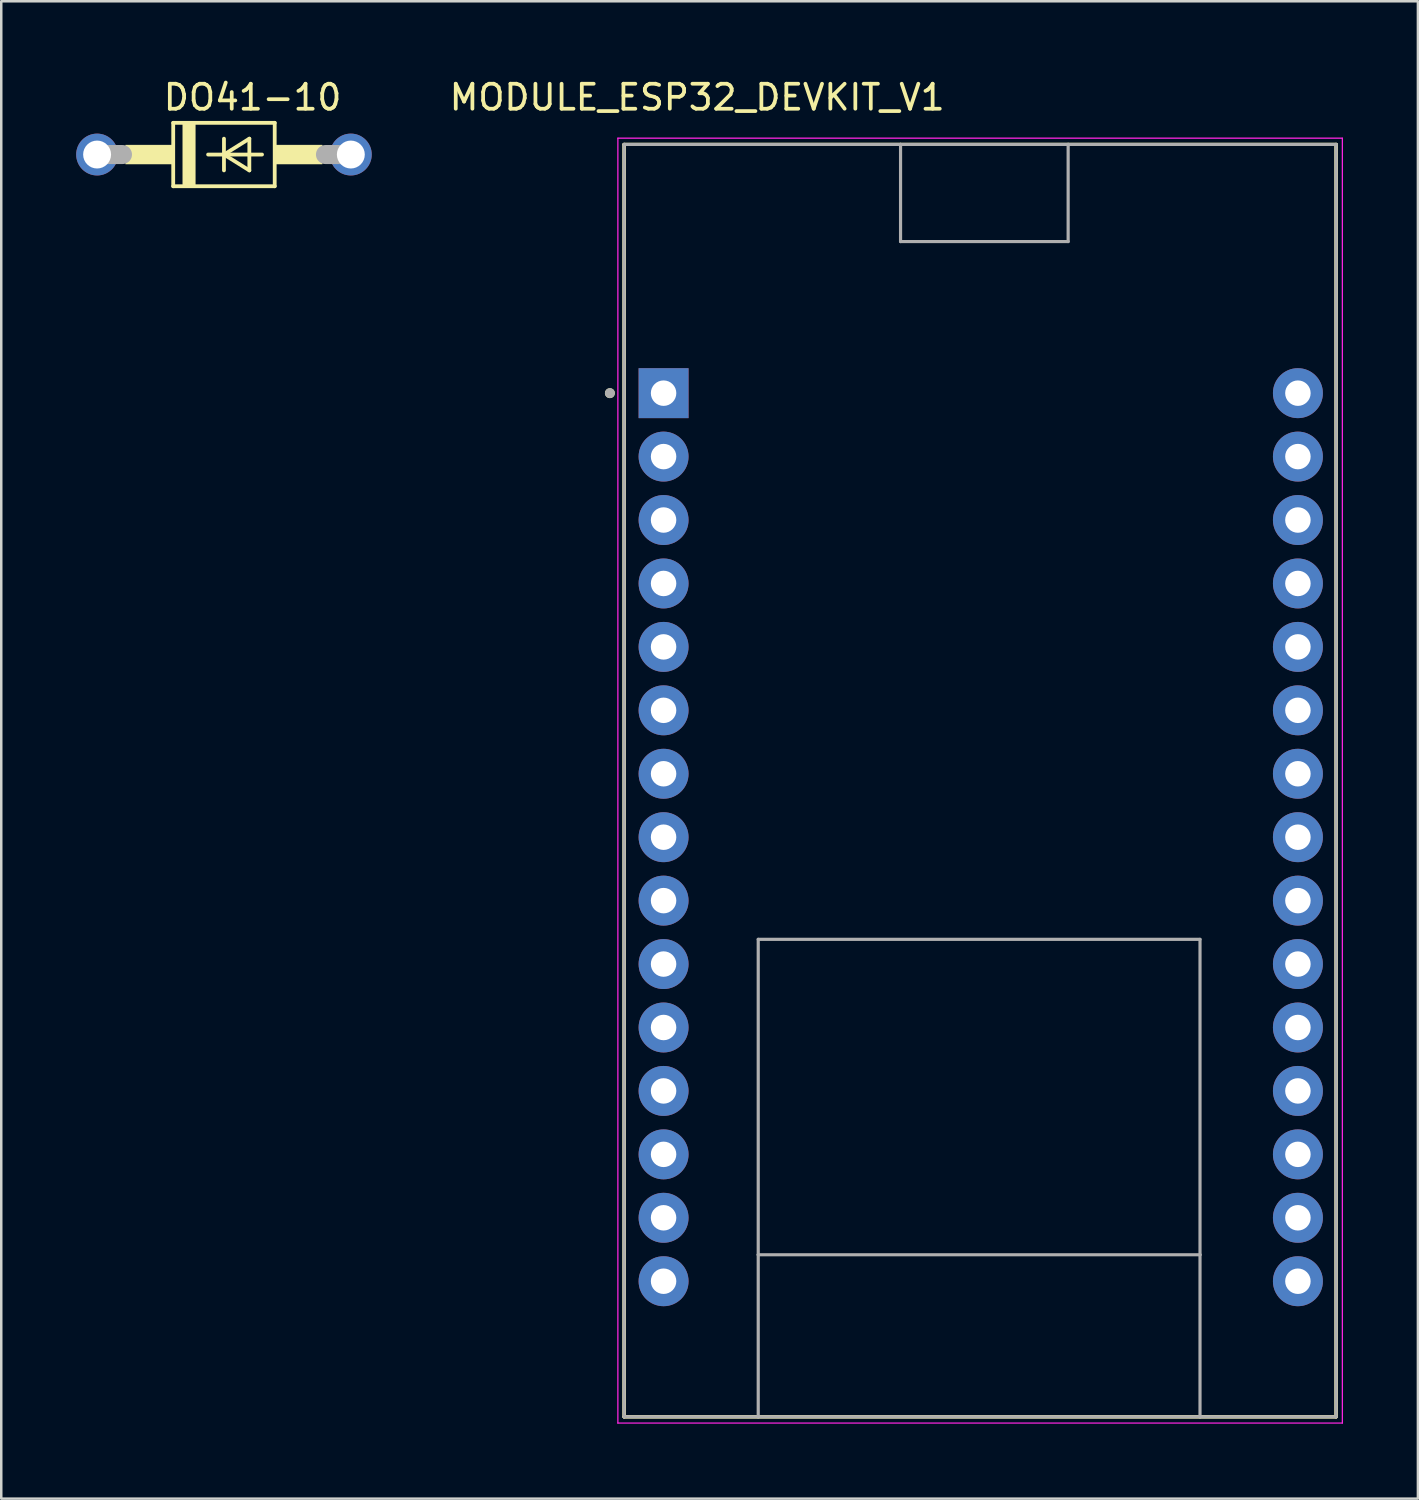
<source format=kicad_pcb>
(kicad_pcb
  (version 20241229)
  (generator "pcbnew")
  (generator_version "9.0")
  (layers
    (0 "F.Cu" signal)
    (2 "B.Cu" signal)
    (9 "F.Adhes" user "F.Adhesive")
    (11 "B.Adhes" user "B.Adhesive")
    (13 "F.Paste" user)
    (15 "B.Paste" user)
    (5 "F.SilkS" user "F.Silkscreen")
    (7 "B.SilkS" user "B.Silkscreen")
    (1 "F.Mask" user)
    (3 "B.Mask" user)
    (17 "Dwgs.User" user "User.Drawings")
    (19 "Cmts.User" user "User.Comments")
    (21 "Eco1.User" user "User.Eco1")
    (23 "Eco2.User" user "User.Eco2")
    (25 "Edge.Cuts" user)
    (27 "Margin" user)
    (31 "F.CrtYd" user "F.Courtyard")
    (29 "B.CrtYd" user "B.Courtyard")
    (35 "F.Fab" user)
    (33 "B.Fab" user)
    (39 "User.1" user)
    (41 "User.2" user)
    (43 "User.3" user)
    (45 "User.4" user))
  (footprint "MODULE_ESP32_DEVKIT_V1"
    (layer "F.Cu")
    (at 36.221 28.208)
    (property "Reference" "MODULE_ESP32_DEVKIT_V1" (at -11.355 -27.36 0) (layer "F.SilkS") (effects (font (size 1 1) (thickness 0.15))))
    (attr through_hole)
    (fp_line (start -14.28 -25.475) (end -3.211 -25.475) (stroke (width 0.127) (type solid)) (layer "F.SilkS"))
    (fp_line (start -14.28 -25.475) (end 14.23 -25.475) (stroke (width 0.127) (type solid)) (layer "F.SilkS"))
    (fp_line (start -14.28 25.475) (end -14.28 -25.475) (stroke (width 0.127) (type solid)) (layer "F.SilkS"))
    (fp_line (start -14.28 25.475) (end -14.28 -25.475) (stroke (width 0.127) (type solid)) (layer "F.SilkS"))
    (fp_line (start -14.28 25.475) (end -8.91 25.475) (stroke (width 0.127) (type solid)) (layer "F.SilkS"))
    (fp_line (start -8.91 25.475) (end 8.78 25.475) (stroke (width 0.127) (type solid)) (layer "F.SilkS"))
    (fp_line (start -3.211 -25.475) (end 3.5 -25.475) (stroke (width 0.127) (type solid)) (layer "F.SilkS"))
    (fp_line (start 3.5 -25.475) (end 14.23 -25.475) (stroke (width 0.127) (type solid)) (layer "F.SilkS"))
    (fp_line (start 8.78 25.475) (end 14.23 25.475) (stroke (width 0.127) (type solid)) (layer "F.SilkS"))
    (fp_line (start 14.23 -25.475) (end 14.23 25.475) (stroke (width 0.127) (type solid)) (layer "F.SilkS"))
    (fp_line (start 14.23 -25.475) (end 14.23 25.475) (stroke (width 0.127) (type solid)) (layer "F.SilkS"))
    (fp_line (start 14.23 25.475) (end -14.28 25.475) (stroke (width 0.127) (type solid)) (layer "F.SilkS"))
    (fp_circle (center -14.85 -15.515) (end -14.75 -15.515) (stroke (width 0.2) (type solid)) (fill no) (layer "F.SilkS"))
    (fp_line (start -14.53 -25.725) (end -14.53 25.725) (stroke (width 0.05) (type solid)) (layer "F.CrtYd"))
    (fp_line (start -14.53 25.725) (end 14.48 25.725) (stroke (width 0.05) (type solid)) (layer "F.CrtYd"))
    (fp_line (start 14.48 -25.725) (end -14.53 -25.725) (stroke (width 0.05) (type solid)) (layer "F.CrtYd"))
    (fp_line (start 14.48 25.725) (end 14.48 -25.725) (stroke (width 0.05) (type solid)) (layer "F.CrtYd"))
    (fp_line (start -14.28 -25.475) (end -3.211 -25.475) (stroke (width 0.127) (type solid)) (layer "F.Fab"))
    (fp_line (start -14.28 25.475) (end -14.28 -25.475) (stroke (width 0.127) (type solid)) (layer "F.Fab"))
    (fp_line (start -14.28 25.475) (end -8.91 25.475) (stroke (width 0.127) (type solid)) (layer "F.Fab"))
    (fp_line (start -8.91 6.355) (end 8.78 6.355) (stroke (width 0.127) (type solid)) (layer "F.Fab"))
    (fp_line (start -8.91 18.985) (end -8.91 6.355) (stroke (width 0.127) (type solid)) (layer "F.Fab"))
    (fp_line (start -8.91 18.985) (end 8.78 18.985) (stroke (width 0.127) (type solid)) (layer "F.Fab"))
    (fp_line (start -8.91 25.475) (end -8.91 18.985) (stroke (width 0.127) (type solid)) (layer "F.Fab"))
    (fp_line (start -8.91 25.475) (end 8.78 25.475) (stroke (width 0.127) (type solid)) (layer "F.Fab"))
    (fp_line (start -3.211 -25.475) (end 3.5 -25.475) (stroke (width 0.127) (type solid)) (layer "F.Fab"))
    (fp_line (start -3.211 -21.585) (end -3.211 -25.475) (stroke (width 0.127) (type solid)) (layer "F.Fab"))
    (fp_line (start 3.5 -25.475) (end 3.5 -21.585) (stroke (width 0.127) (type solid)) (layer "F.Fab"))
    (fp_line (start 3.5 -25.475) (end 14.23 -25.475) (stroke (width 0.127) (type solid)) (layer "F.Fab"))
    (fp_line (start 3.5 -21.585) (end -3.211 -21.585) (stroke (width 0.127) (type solid)) (layer "F.Fab"))
    (fp_line (start 8.78 6.355) (end 8.78 18.985) (stroke (width 0.127) (type solid)) (layer "F.Fab"))
    (fp_line (start 8.78 18.985) (end 8.78 25.475) (stroke (width 0.127) (type solid)) (layer "F.Fab"))
    (fp_line (start 8.78 25.475) (end 14.23 25.475) (stroke (width 0.127) (type solid)) (layer "F.Fab"))
    (fp_line (start 14.23 -25.475) (end 14.23 25.475) (stroke (width 0.127) (type solid)) (layer "F.Fab"))
    (fp_circle (center -14.85 -15.515) (end -14.75 -15.515) (stroke (width 0.2) (type solid)) (fill no) (layer "F.Fab"))
    (pad "1" thru_hole rect (at -12.7 -15.515) (size 2 2) (drill 1.02) (layers "*.Cu" "*.Mask"))
    (pad "2" thru_hole circle (at -12.7 -12.975) (size 2 2) (drill 1.02) (layers "*.Cu" "*.Mask"))
    (pad "3" thru_hole circle (at -12.7 -10.435) (size 2 2) (drill 1.02) (layers "*.Cu" "*.Mask"))
    (pad "4" thru_hole circle (at -12.7 -7.895) (size 2 2) (drill 1.02) (layers "*.Cu" "*.Mask"))
    (pad "5" thru_hole circle (at -12.7 -5.355) (size 2 2) (drill 1.02) (layers "*.Cu" "*.Mask"))
    (pad "6" thru_hole circle (at -12.7 -2.815) (size 2 2) (drill 1.02) (layers "*.Cu" "*.Mask"))
    (pad "7" thru_hole circle (at -12.7 -0.275) (size 2 2) (drill 1.02) (layers "*.Cu" "*.Mask"))
    (pad "8" thru_hole circle (at -12.7 2.265) (size 2 2) (drill 1.02) (layers "*.Cu" "*.Mask"))
    (pad "9" thru_hole circle (at -12.7 4.805) (size 2 2) (drill 1.02) (layers "*.Cu" "*.Mask"))
    (pad "10" thru_hole circle (at -12.7 7.345) (size 2 2) (drill 1.02) (layers "*.Cu" "*.Mask"))
    (pad "11" thru_hole circle (at -12.7 9.885) (size 2 2) (drill 1.02) (layers "*.Cu" "*.Mask"))
    (pad "12" thru_hole circle (at -12.7 12.425) (size 2 2) (drill 1.02) (layers "*.Cu" "*.Mask"))
    (pad "13" thru_hole circle (at -12.7 14.965) (size 2 2) (drill 1.02) (layers "*.Cu" "*.Mask"))
    (pad "14" thru_hole circle (at -12.7 17.505) (size 2 2) (drill 1.02) (layers "*.Cu" "*.Mask"))
    (pad "15" thru_hole circle (at -12.7 20.045) (size 2 2) (drill 1.02) (layers "*.Cu" "*.Mask"))
    (pad "16" thru_hole circle (at 12.7 20.045) (size 2 2) (drill 1.02) (layers "*.Cu" "*.Mask"))
    (pad "17" thru_hole circle (at 12.7 17.505) (size 2 2) (drill 1.02) (layers "*.Cu" "*.Mask"))
    (pad "18" thru_hole circle (at 12.7 14.965) (size 2 2) (drill 1.02) (layers "*.Cu" "*.Mask"))
    (pad "19" thru_hole circle (at 12.7 12.425) (size 2 2) (drill 1.02) (layers "*.Cu" "*.Mask"))
    (pad "20" thru_hole circle (at 12.7 9.885) (size 2 2) (drill 1.02) (layers "*.Cu" "*.Mask"))
    (pad "21" thru_hole circle (at 12.7 7.345) (size 2 2) (drill 1.02) (layers "*.Cu" "*.Mask"))
    (pad "22" thru_hole circle (at 12.7 4.805) (size 2 2) (drill 1.02) (layers "*.Cu" "*.Mask"))
    (pad "23" thru_hole circle (at 12.7 2.265) (size 2 2) (drill 1.02) (layers "*.Cu" "*.Mask"))
    (pad "24" thru_hole circle (at 12.7 -0.275) (size 2 2) (drill 1.02) (layers "*.Cu" "*.Mask"))
    (pad "25" thru_hole circle (at 12.7 -2.815) (size 2 2) (drill 1.02) (layers "*.Cu" "*.Mask"))
    (pad "26" thru_hole circle (at 12.7 -5.355) (size 2 2) (drill 1.02) (layers "*.Cu" "*.Mask"))
    (pad "27" thru_hole circle (at 12.7 -7.895) (size 2 2) (drill 1.02) (layers "*.Cu" "*.Mask"))
    (pad "28" thru_hole circle (at 12.7 -10.435) (size 2 2) (drill 1.02) (layers "*.Cu" "*.Mask"))
    (pad "29" thru_hole circle (at 12.7 -12.975) (size 2 2) (drill 1.02) (layers "*.Cu" "*.Mask"))
    (pad "30" thru_hole circle (at 12.7 -15.515) (size 2 2) (drill 1.02) (layers "*.Cu" "*.Mask"))
    (zone (net_name "") (layer "F.Cu") (hatch full 0.508) (connect_pads) (min_thickness 0.01) (filled_areas_thickness no) (keepout (tracks not_allowed) (vias not_allowed) (pads not_allowed) (copperpour not_allowed) (footprints allowed)) (placement (enabled no)) (fill) (polygon (pts (xy 27.311 47.193) (xy 45.001 47.193) (xy 45.001 53.683) (xy 27.311 53.683))))
    (zone (net_name "") (layers "F.Cu" "B.Cu") (hatch full 0.508) (connect_pads) (min_thickness 0.01) (filled_areas_thickness no) (keepout (tracks allowed) (vias not_allowed) (pads allowed) (copperpour allowed) (footprints allowed)) (placement (enabled no)) (fill) (polygon (pts (xy 27.311 47.193) (xy 45.001 47.193) (xy 45.001 53.683) (xy 27.311 53.683))))
    (zone (net_name "") (layer "B.Cu") (hatch full 0.508) (connect_pads) (min_thickness 0.01) (filled_areas_thickness no) (keepout (tracks not_allowed) (vias not_allowed) (pads not_allowed) (copperpour not_allowed) (footprints allowed)) (placement (enabled no)) (fill) (polygon (pts (xy 27.311 47.193) (xy 45.001 47.193) (xy 45.001 53.683) (xy 27.311 53.683)))))
  (footprint "DO41-10"
    (layer "F.Cu")
    (at 5.918 3.138)
    (property "Reference" "DO41-10" (at 1.145 -2.289 0) (layer "F.SilkS") (effects (font (size 1.001 1.001) (thickness 0.15))))
    (attr through_hole)
    (fp_line (start -2.032 -1.27) (end -2.032 1.27) (stroke (width 0.152) (type solid)) (layer "F.SilkS"))
    (fp_line (start -2.032 -1.27) (end 2.032 -1.27) (stroke (width 0.152) (type solid)) (layer "F.SilkS"))
    (fp_line (start -0.635 0) (end 0 0) (stroke (width 0.152) (type solid)) (layer "F.SilkS"))
    (fp_line (start 0 -0.635) (end 0 0) (stroke (width 0.152) (type solid)) (layer "F.SilkS"))
    (fp_line (start 0 0) (end 0 0.635) (stroke (width 0.152) (type solid)) (layer "F.SilkS"))
    (fp_line (start 0 0) (end 1.016 -0.635) (stroke (width 0.152) (type solid)) (layer "F.SilkS"))
    (fp_line (start 0 0) (end 1.524 0) (stroke (width 0.152) (type solid)) (layer "F.SilkS"))
    (fp_line (start 1.016 -0.635) (end 1.016 0.635) (stroke (width 0.152) (type solid)) (layer "F.SilkS"))
    (fp_line (start 1.016 0.635) (end 0 0) (stroke (width 0.152) (type solid)) (layer "F.SilkS"))
    (fp_line (start 2.032 1.27) (end -2.032 1.27) (stroke (width 0.152) (type solid)) (layer "F.SilkS"))
    (fp_line (start 2.032 1.27) (end 2.032 -1.27) (stroke (width 0.152) (type solid)) (layer "F.SilkS"))
    (fp_poly (pts (xy -3.942 -0.381) (xy -2.032 -0.381) (xy -2.032 0.382) (xy -3.942 0.382)) (stroke (width 0.01) (type solid)) (fill yes) (layer "F.SilkS"))
    (fp_poly (pts (xy -1.653 -1.27) (xy -1.143 -1.27) (xy -1.143 1.271) (xy -1.653 1.271)) (stroke (width 0.01) (type solid)) (fill yes) (layer "F.SilkS"))
    (fp_poly (pts (xy 2.035 -0.381) (xy 3.937 -0.381) (xy 3.937 0.382) (xy 2.035 0.382)) (stroke (width 0.01) (type solid)) (fill yes) (layer "F.SilkS"))
    (fp_line (start -5.08 0) (end -4.064 0) (stroke (width 0.762) (type solid)) (layer "F.Fab"))
    (fp_line (start 5.08 0) (end 4.064 0) (stroke (width 0.762) (type solid)) (layer "F.Fab"))
    (pad "A" thru_hole circle (at 5.08 0) (size 1.676 1.676) (drill 1.118) (layers "*.Cu" "*.Mask"))
    (pad "C" thru_hole circle (at -5.08 0) (size 1.676 1.676) (drill 1.118) (layers "*.Cu" "*.Mask")))
  (gr_rect
    (start -3 -3)
    (end 53.726 56.958)
    (stroke (width 0.1) (type default))
    (fill no)
    (layer "Edge.Cuts")))
</source>
